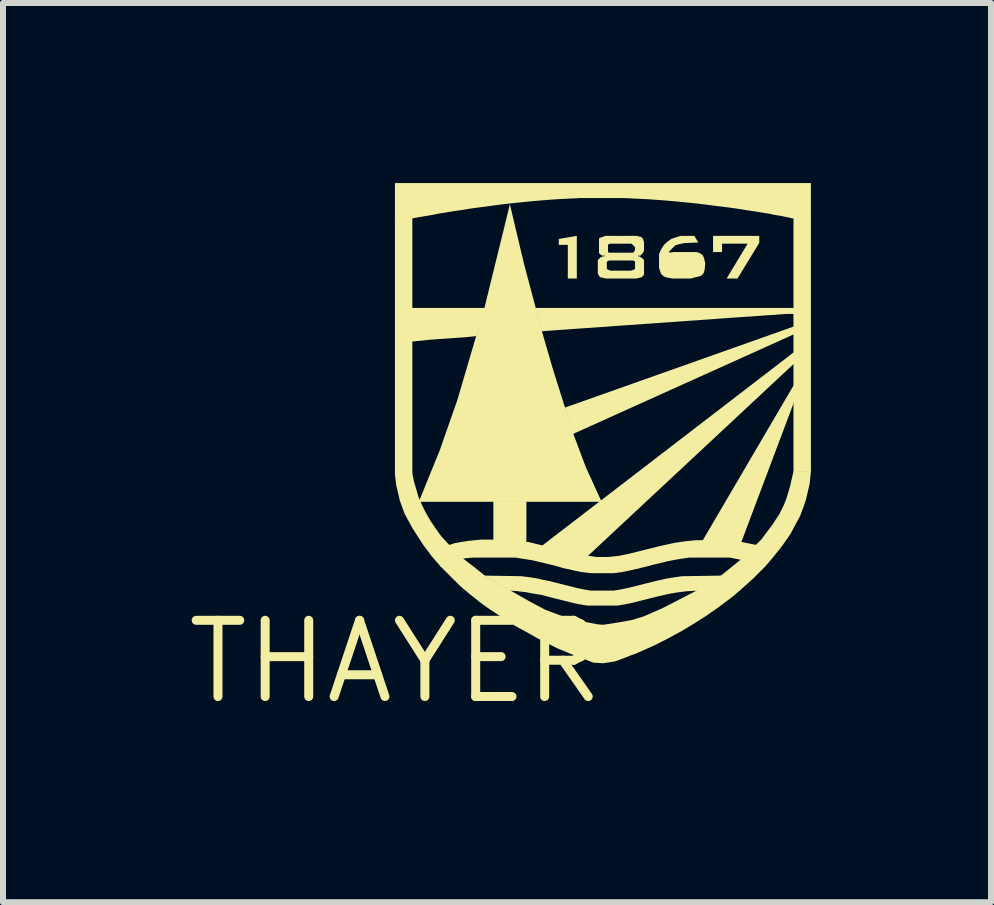
<source format=kicad_pcb>
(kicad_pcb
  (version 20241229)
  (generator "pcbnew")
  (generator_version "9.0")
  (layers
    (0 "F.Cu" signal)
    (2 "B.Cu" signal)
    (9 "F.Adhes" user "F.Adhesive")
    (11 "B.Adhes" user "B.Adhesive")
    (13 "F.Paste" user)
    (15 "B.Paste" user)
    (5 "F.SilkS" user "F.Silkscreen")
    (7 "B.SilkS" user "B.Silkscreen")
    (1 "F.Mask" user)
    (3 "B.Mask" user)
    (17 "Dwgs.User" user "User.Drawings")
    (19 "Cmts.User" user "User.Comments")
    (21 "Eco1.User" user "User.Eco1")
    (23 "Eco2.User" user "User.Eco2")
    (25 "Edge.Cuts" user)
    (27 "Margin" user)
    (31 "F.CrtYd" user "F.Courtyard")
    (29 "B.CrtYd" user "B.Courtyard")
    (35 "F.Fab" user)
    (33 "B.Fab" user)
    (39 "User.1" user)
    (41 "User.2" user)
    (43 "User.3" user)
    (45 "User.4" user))
  (footprint "THAYER"
    (layer "F.Cu")
    (at 3.545 7.975)
    (property "Reference" "THAYER" (at 0 0 0) (layer "F.SilkS") (effects (font (size 1.27 1.27) (thickness 0.15))))
    (fp_poly (pts (xy 0.275 -3.125) (xy -0.015 -3.125) (xy -0.015 -7.395) (xy 0.275 -7.395)) (stroke (width 0) (type solid)) (fill yes) (layer "F.SilkS"))
    (fp_poly (pts (xy 2.175 -1.985) (xy 1.625 -1.985) (xy 1.625 -2.675) (xy 2.175 -2.675)) (stroke (width 0) (type solid)) (fill yes) (layer "F.SilkS"))
    (fp_poly (pts (xy 3.955 -6.965) (xy 3.545 -6.965) (xy 3.545 -7.095) (xy 3.955 -7.095)) (stroke (width 0) (type solid)) (fill yes) (layer "F.SilkS"))
    (fp_poly (pts (xy 3.965 -6.685) (xy 3.545 -6.685) (xy 3.545 -6.815) (xy 3.965 -6.815)) (stroke (width 0) (type solid)) (fill yes) (layer "F.SilkS"))
    (fp_poly (pts (xy 6.635 -5.457) (xy 2.947 -3.793) (xy 2.814 -4.233) (xy 6.635 -5.587)) (stroke (width 0) (type solid)) (fill yes) (layer "F.SilkS"))
    (fp_poly (pts (xy 6.635 -4.968) (xy 3.181 -1.745) (xy 2.429 -1.928) (xy 6.635 -5.16)) (stroke (width 0) (type solid)) (fill yes) (layer "F.SilkS"))
    (fp_poly (pts (xy 6.635 -4.329) (xy 5.753 -1.985) (xy 5.091 -1.985) (xy 6.635 -4.618)) (stroke (width 0) (type solid)) (fill yes) (layer "F.SilkS"))
    (fp_poly (pts (xy 6.915 -3.165) (xy 6.625 -3.165) (xy 6.625 -7.395) (xy 6.915 -7.395)) (stroke (width 0) (type solid)) (fill yes) (layer "F.SilkS"))
    (fp_poly (pts (xy 3.015 -6.385) (xy 2.865 -6.385) (xy 2.865 -6.945) (xy 2.715 -6.945) (xy 2.715 -7.044) (xy 3.015 -7.096)) (stroke (width 0) (type solid)) (fill yes) (layer "F.SilkS"))
    (fp_poly (pts (xy 1.344 -5.425) (xy 1.14 -5.405) (xy 0.85 -5.385) (xy 0.85 -5.385) (xy 0.57 -5.365) (xy 0.265 -5.334) (xy 0.265 -5.895) (xy 1.487 -5.895)) (stroke (width 0) (type solid)) (fill yes) (layer "F.SilkS"))
    (fp_poly (pts (xy 6.055 -6.979) (xy 5.693 -6.385) (xy 5.511 -6.385) (xy 5.861 -6.965) (xy 5.435 -6.965) (xy 5.435 -6.825) (xy 5.285 -6.825) (xy 5.285 -7.095) (xy 6.055 -7.095)) (stroke (width 0) (type solid)) (fill yes) (layer "F.SilkS"))
    (fp_poly (pts (xy 2.135 -6.631) (xy 2.265 -6.141) (xy 2.435 -5.501) (xy 2.615 -4.881) (xy 2.955 -3.802) (xy 3.165 -3.242) (xy 3.428 -2.665) (xy 0.383 -2.665) (xy 0.735 -3.532) (xy 1.025 -4.362) (xy 1.475 -5.891) (xy 1.9 -7.621)) (stroke (width 0) (type solid)) (fill yes) (layer "F.SilkS"))
    (fp_poly (pts (xy 0.305 -2.991) (xy 0.335 -2.891) (xy 0.375 -2.752) (xy 0.435 -2.612) (xy 0.494 -2.492) (xy 0.574 -2.353) (xy 0.654 -2.233) (xy 0.754 -2.093) (xy 0.864 -1.973) (xy 1.153 -1.694) (xy 1.295 -1.585) (xy 0.748 -1.585) (xy 0.606 -1.747) (xy 0.456 -1.947) (xy 0.276 -2.227) (xy 0.145 -2.468) (xy 0.065 -2.689) (xy 0.005 -2.949) (xy -0.016 -3.135) (xy 0.274 -3.135)) (stroke (width 0) (type solid)) (fill yes) (layer "F.SilkS"))
    (fp_poly (pts (xy 6.635 -5.795) (xy 6.51 -5.795) (xy 6.23 -5.775) (xy 5.95 -5.755) (xy 5.65 -5.735) (xy 5.65 -5.735) (xy 5.37 -5.715) (xy 4.25 -5.635) (xy 3.97 -5.615) (xy 3.67 -5.595) (xy 3.67 -5.595) (xy 3.41 -5.575) (xy 3.11 -5.555) (xy 3.11 -5.555) (xy 2.83 -5.535) (xy 2.55 -5.515) (xy 2.55 -5.515) (xy 2.426 -5.505) (xy 2.324 -5.895) (xy 6.635 -5.895)) (stroke (width 0) (type solid)) (fill yes) (layer "F.SilkS"))
    (fp_poly (pts (xy 1.483 -1.434) (xy 1.913 -1.184) (xy 2.212 -1.014) (xy 2.492 -0.865) (xy 2.891 -0.715) (xy 3.351 -0.625) (xy 3.455 -0.615) (xy 3.455 0.025) (xy 3.289 0.015) (xy 3.188 -0.025) (xy 3.028 -0.085) (xy 2.928 -0.125) (xy 2.688 -0.225) (xy 2.368 -0.386) (xy 2.228 -0.466) (xy 2.007 -0.586) (xy 1.847 -0.686) (xy 1.667 -0.806) (xy 1.547 -0.886) (xy 1.407 -0.986) (xy 1.207 -1.146) (xy 1.067 -1.266) (xy 0.906 -1.426) (xy 0.738 -1.595) (xy 1.282 -1.595)) (stroke (width 0) (type solid)) (fill yes) (layer "F.SilkS"))
    (fp_poly (pts (xy 2.09 -1.425) (xy 2.251 -1.405) (xy 2.371 -1.385) (xy 2.451 -1.365) (xy 2.551 -1.345) (xy 3.031 -1.225) (xy 3.131 -1.205) (xy 3.25 -1.185) (xy 3.63 -1.185) (xy 3.749 -1.205) (xy 3.849 -1.225) (xy 4.329 -1.345) (xy 4.509 -1.385) (xy 4.629 -1.405) (xy 4.77 -1.425) (xy 5.428 -1.435) (xy 5.032 -1.185) (xy 4.85 -1.175) (xy 4.691 -1.155) (xy 4.571 -1.135) (xy 4.391 -1.095) (xy 3.911 -0.975) (xy 3.811 -0.955) (xy 3.69 -0.935) (xy 3.19 -0.935) (xy 3.069 -0.955) (xy 2.969 -0.975) (xy 2.649 -1.055) (xy 2.419 -1.115) (xy 2.289 -1.135) (xy 2.189 -1.155) (xy 2.03 -1.175) (xy 1.898 -1.185) (xy 1.471 -1.435)) (stroke (width 0) (type solid)) (fill yes) (layer "F.SilkS"))
    (fp_poly (pts (xy 5.039 -6.985) (xy 4.811 -6.975) (xy 4.711 -6.955) (xy 4.653 -6.936) (xy 4.555 -6.838) (xy 4.555 -6.816) (xy 4.63 -6.825) (xy 5.011 -6.825) (xy 5.072 -6.804) (xy 5.114 -6.773) (xy 5.135 -6.722) (xy 5.155 -6.64) (xy 5.145 -6.529) (xy 5.124 -6.467) (xy 5.103 -6.446) (xy 5.072 -6.425) (xy 4.911 -6.385) (xy 4.61 -6.385) (xy 4.498 -6.405) (xy 4.457 -6.426) (xy 4.416 -6.467) (xy 4.395 -6.529) (xy 4.385 -6.569) (xy 4.385 -6.791) (xy 4.414 -6.859) (xy 4.414 -6.86) (xy 4.416 -6.862) (xy 4.419 -6.87) (xy 4.42 -6.869) (xy 4.466 -6.943) (xy 4.507 -6.984) (xy 4.588 -7.044) (xy 4.709 -7.085) (xy 4.749 -7.095) (xy 4.973 -7.095)) (stroke (width 0) (type solid)) (fill yes) (layer "F.SilkS"))
    (fp_poly (pts (xy 6.915 -7.385) (xy 6.609 -7.385) (xy 6.529 -7.405) (xy 6.429 -7.425) (xy 6.309 -7.445) (xy 6.219 -7.465) (xy 6.089 -7.485) (xy 5.969 -7.505) (xy 5.829 -7.525) (xy 5.709 -7.545) (xy 5.569 -7.565) (xy 5.089 -7.625) (xy 4.91 -7.645) (xy 4.71 -7.665) (xy 4.49 -7.685) (xy 4.21 -7.705) (xy 3.81 -7.725) (xy 3.07 -7.725) (xy 2.67 -7.705) (xy 2.41 -7.685) (xy 2.19 -7.665) (xy 2.19 -7.665) (xy 1.99 -7.645) (xy 1.811 -7.625) (xy 1.651 -7.605) (xy 1.511 -7.585) (xy 1.351 -7.565) (xy 1.211 -7.545) (xy 1.091 -7.525) (xy 0.951 -7.505) (xy 0.831 -7.485) (xy 0.711 -7.465) (xy 0.611 -7.445) (xy 0.491 -7.425) (xy 0.371 -7.405) (xy 0.27 -7.385) (xy -0.015 -7.385) (xy -0.015 -7.975) (xy 6.915 -7.975)) (stroke (width 0) (type solid)) (fill yes) (layer "F.SilkS"))
    (fp_poly (pts (xy 6.895 -2.969) (xy 6.835 -2.709) (xy 6.795 -2.588) (xy 6.735 -2.428) (xy 6.654 -2.278) (xy 6.574 -2.127) (xy 6.434 -1.927) (xy 6.274 -1.727) (xy 6.154 -1.587) (xy 5.953 -1.386) (xy 5.753 -1.206) (xy 5.613 -1.086) (xy 5.373 -0.906) (xy 5.173 -0.766) (xy 4.953 -0.626) (xy 4.752 -0.506) (xy 4.492 -0.366) (xy 4.332 -0.285) (xy 4.112 -0.185) (xy 3.972 -0.125) (xy 3.912 -0.105) (xy 3.812 -0.065) (xy 3.651 -0.005) (xy 3.445 0.026) (xy 3.445 -0.614) (xy 3.709 -0.655) (xy 3.929 -0.695) (xy 4.128 -0.755) (xy 4.448 -0.895) (xy 4.988 -1.174) (xy 5.427 -1.444) (xy 5.737 -1.694) (xy 6.006 -1.954) (xy 6.086 -2.033) (xy 6.266 -2.273) (xy 6.386 -2.453) (xy 6.465 -2.612) (xy 6.505 -2.712) (xy 6.565 -2.911) (xy 6.626 -3.175) (xy 6.916 -3.175)) (stroke (width 0) (type solid)) (fill yes) (layer "F.SilkS"))
    (fp_poly (pts (xy 2.211 -1.995) (xy 2.451 -1.935) (xy 3.131 -1.775) (xy 3.35 -1.745) (xy 3.53 -1.745) (xy 3.719 -1.765) (xy 3.819 -1.785) (xy 3.909 -1.805) (xy 4.389 -1.925) (xy 4.479 -1.945) (xy 4.569 -1.965) (xy 4.669 -1.985) (xy 4.809 -2.005) (xy 5 -2.025) (xy 5.13 -2.025) (xy 5.711 -2.005) (xy 6.02 -1.943) (xy 5.762 -1.695) (xy 5.569 -1.735) (xy 4.89 -1.735) (xy 4.751 -1.715) (xy 4.631 -1.695) (xy 4.531 -1.675) (xy 4.371 -1.635) (xy 4.281 -1.615) (xy 4.211 -1.595) (xy 4.131 -1.575) (xy 4.051 -1.555) (xy 3.961 -1.535) (xy 3.871 -1.515) (xy 3.771 -1.495) (xy 3.63 -1.475) (xy 3.25 -1.475) (xy 3.089 -1.495) (xy 2.989 -1.515) (xy 2.909 -1.535) (xy 2.809 -1.555) (xy 2.669 -1.595) (xy 2.429 -1.655) (xy 2.249 -1.695) (xy 1.99 -1.735) (xy 1.29 -1.735) (xy 1.058 -1.715) (xy 0.882 -1.943) (xy 0.979 -1.975) (xy 1.089 -1.995) (xy 1.219 -2.015) (xy 1.42 -2.035) (xy 1.63 -2.035)) (stroke (width 0) (type solid)) (fill yes) (layer "F.SilkS"))
    (fp_poly (pts (xy 3.565 -6.967) (xy 3.535 -6.947) (xy 3.535 -6.823) (xy 3.555 -6.813) (xy 3.555 -6.687) (xy 3.533 -6.676) (xy 3.515 -6.658) (xy 3.515 -6.543) (xy 3.552 -6.525) (xy 3.581 -6.515) (xy 3.909 -6.515) (xy 3.948 -6.525) (xy 3.985 -6.543) (xy 3.985 -6.667) (xy 3.955 -6.687) (xy 3.955 -6.812) (xy 3.976 -6.843) (xy 3.985 -6.861) (xy 3.985 -6.908) (xy 3.925 -6.968) (xy 3.925 -7.095) (xy 4.011 -7.095) (xy 4.093 -7.075) (xy 4.114 -7.053) (xy 4.135 -6.991) (xy 4.135 -6.849) (xy 4.114 -6.807) (xy 4.072 -6.765) (xy 4.035 -6.765) (xy 4.035 -6.755) (xy 4.051 -6.755) (xy 4.093 -6.734) (xy 4.135 -6.692) (xy 4.135 -6.448) (xy 4.093 -6.405) (xy 4.011 -6.385) (xy 3.499 -6.385) (xy 3.407 -6.405) (xy 3.386 -6.427) (xy 3.365 -6.469) (xy 3.365 -6.692) (xy 3.407 -6.734) (xy 3.449 -6.755) (xy 3.485 -6.755) (xy 3.485 -6.765) (xy 3.438 -6.765) (xy 3.407 -6.786) (xy 3.385 -6.808) (xy 3.385 -7.053) (xy 3.408 -7.065) (xy 3.489 -7.095) (xy 3.555 -7.095)) (stroke (width 0) (type solid)) (fill yes) (layer "F.SilkS")))
  (gr_rect
    (start -3 -3)
    (end 13.461 11.981)
    (stroke (width 0.1) (type default))
    (fill no)
    (layer "Edge.Cuts")))
</source>
